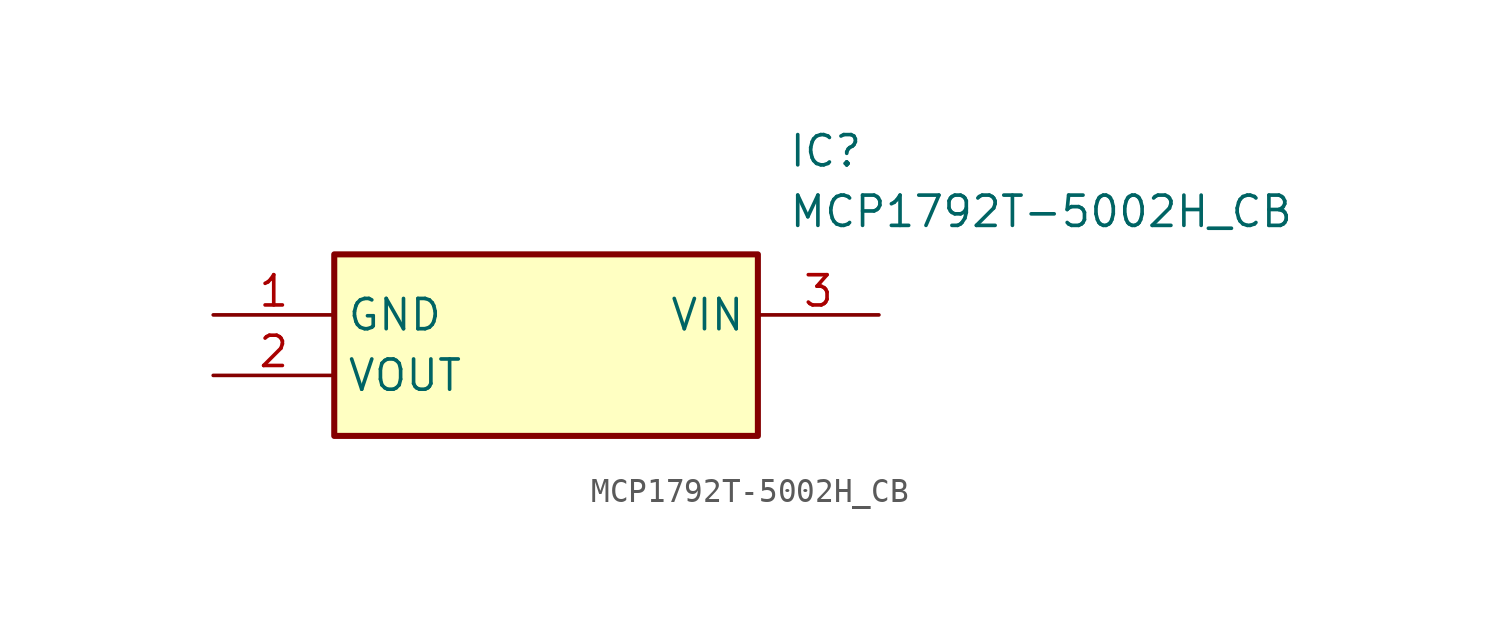
<source format=kicad_sym>
(kicad_symbol_lib
  (version 20211014)
  (generator SamacSys_ECAD_Model)
  (symbol "MCP1792T-5002H_CB"
    (property "Reference" "IC"
      (at 24.13 7.62 0)
      (effects (font (size 1.27 1.27)) (justify left top)))
    (property "Value" "MCP1792T-5002H_CB"
      (at 24.13 5.08 0)
      (effects (font (size 1.27 1.27)) (justify left top)))
    (rectangle
      (start 5.08 2.54)
      (end 22.86 -5.08)
      (stroke (width 0.254) (type default))
      (fill (type background)))
    (pin passive line
      (at 0 0 0)
      (length 5.08)
      (name "GND" (effects (font (size 1.27 1.27))))
      (number "1" (effects (font (size 1.27 1.27)))))
    (pin passive line
      (at 0 -2.54 0)
      (length 5.08)
      (name "VOUT" (effects (font (size 1.27 1.27))))
      (number "2" (effects (font (size 1.27 1.27)))))
    (pin passive line
      (at 27.94 0 180)
      (length 5.08)
      (name "VIN" (effects (font (size 1.27 1.27))))
      (number "3" (effects (font (size 1.27 1.27)))))))
</source>
